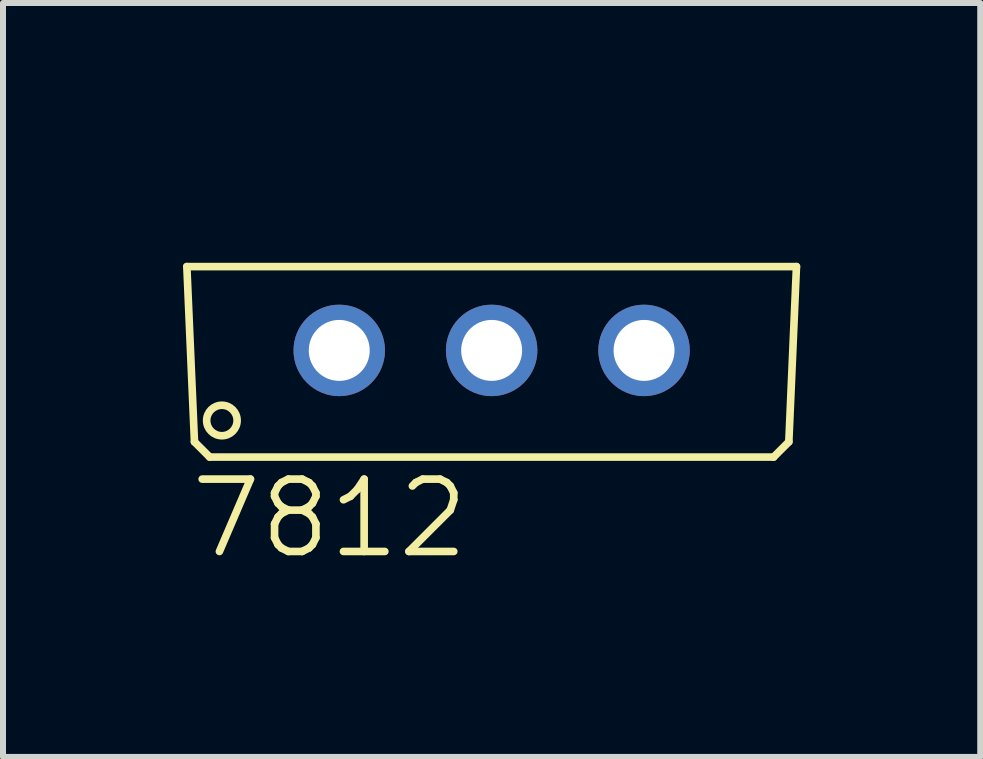
<source format=kicad_pcb>
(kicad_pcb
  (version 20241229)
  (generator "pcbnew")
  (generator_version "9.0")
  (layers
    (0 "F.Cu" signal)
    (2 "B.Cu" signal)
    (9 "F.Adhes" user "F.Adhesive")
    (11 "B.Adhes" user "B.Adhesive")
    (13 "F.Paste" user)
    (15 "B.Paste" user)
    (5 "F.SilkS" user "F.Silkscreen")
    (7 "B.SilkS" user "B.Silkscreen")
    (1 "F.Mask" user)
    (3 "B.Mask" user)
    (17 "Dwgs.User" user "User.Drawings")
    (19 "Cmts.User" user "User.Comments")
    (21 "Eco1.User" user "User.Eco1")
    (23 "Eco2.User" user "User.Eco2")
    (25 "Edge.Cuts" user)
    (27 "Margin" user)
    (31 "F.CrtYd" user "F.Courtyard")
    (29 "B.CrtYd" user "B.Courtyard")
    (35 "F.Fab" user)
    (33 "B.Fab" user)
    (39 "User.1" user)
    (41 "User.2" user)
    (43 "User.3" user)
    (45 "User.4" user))
  (footprint "7812"
    (layer "F.Cu")
    (at 5.144 0.25)
    (property "Reference" "7812" (at -5.08 6.045 0) (layer "F.SilkS") (effects (font (size 1.206 1.206) (thickness 0.127)) (justify left bottom)))
    (attr through_hole)
    (fp_line (start -5.08 1.143) (end 5.08 1.143) (stroke (width 0.127) (type solid)) (layer "F.SilkS"))
    (fp_line (start -4.953 4.064) (end -5.08 1.143) (stroke (width 0.127) (type solid)) (layer "F.SilkS"))
    (fp_line (start -4.953 4.064) (end -4.699 4.318) (stroke (width 0.127) (type solid)) (layer "F.SilkS"))
    (fp_line (start 4.699 4.318) (end -4.699 4.318) (stroke (width 0.127) (type solid)) (layer "F.SilkS"))
    (fp_line (start 4.699 4.318) (end 4.953 4.064) (stroke (width 0.127) (type solid)) (layer "F.SilkS"))
    (fp_line (start 5.08 1.143) (end 4.953 4.064) (stroke (width 0.127) (type solid)) (layer "F.SilkS"))
    (fp_circle (center -4.496 3.708) (end -4.242 3.708) (stroke (width 0.127) (type solid)) (fill no) (layer "F.SilkS"))
    (pad "1" thru_hole circle (at -2.54 2.54 90) (size 1.524 1.524) (drill 1.016) (layers "*.Cu" "*.Mask"))
    (pad "2" thru_hole circle (at 0 2.54 90) (size 1.524 1.524) (drill 1.016) (layers "*.Cu" "*.Mask"))
    (pad "3" thru_hole circle (at 2.54 2.54 90) (size 1.524 1.524) (drill 1.016) (layers "*.Cu" "*.Mask")))
  (gr_rect
    (start -3 -3)
    (end 13.287 9.565)
    (stroke (width 0.1) (type default))
    (fill no)
    (layer "Edge.Cuts")))
</source>
